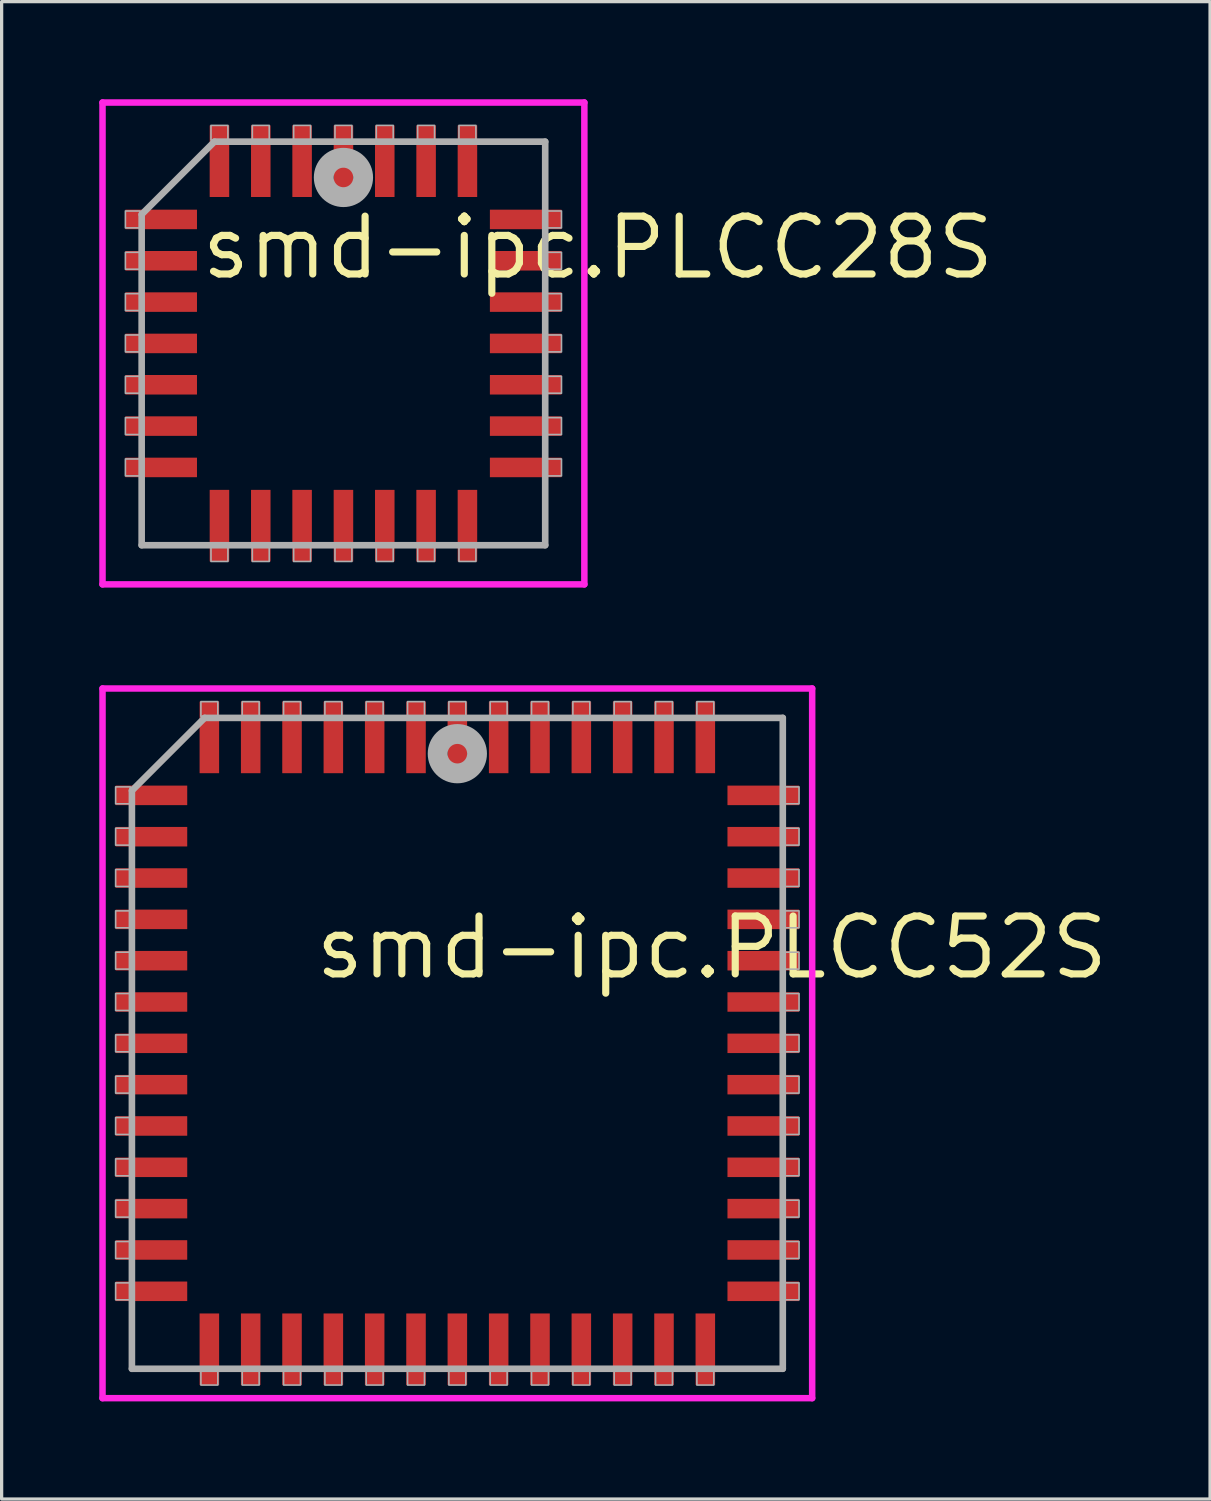
<source format=kicad_pcb>
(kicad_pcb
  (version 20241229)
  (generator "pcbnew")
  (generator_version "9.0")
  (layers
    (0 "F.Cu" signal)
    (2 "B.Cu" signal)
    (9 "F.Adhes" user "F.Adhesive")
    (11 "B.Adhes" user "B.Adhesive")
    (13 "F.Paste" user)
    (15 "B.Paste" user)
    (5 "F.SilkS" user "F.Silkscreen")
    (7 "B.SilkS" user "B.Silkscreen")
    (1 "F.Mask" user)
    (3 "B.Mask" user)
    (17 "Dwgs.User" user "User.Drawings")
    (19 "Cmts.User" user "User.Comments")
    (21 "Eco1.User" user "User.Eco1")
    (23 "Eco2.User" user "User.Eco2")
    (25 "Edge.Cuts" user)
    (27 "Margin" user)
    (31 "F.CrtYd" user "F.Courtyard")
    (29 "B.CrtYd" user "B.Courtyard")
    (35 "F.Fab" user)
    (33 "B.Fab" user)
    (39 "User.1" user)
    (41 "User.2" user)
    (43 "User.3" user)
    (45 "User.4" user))
  (footprint "smd-ipc.PLCC52S"
    (layer "F.Cu")
    (at 11.003 29.009)
    (property "Reference" "smd-ipc.PLCC52S" (at -4.475 -1.905 0) (layer "F.SilkS") (effects (font (size 1.778 1.778) (thickness 0.22)) (justify left bottom)))
    (attr smd)
    (fp_line (start -10.903 -10.903) (end 10.903 -10.903) (stroke (width 0.2) (type default)) (layer "F.CrtYd"))
    (fp_line (start -10.903 10.903) (end -10.903 -10.903) (stroke (width 0.2) (type default)) (layer "F.CrtYd"))
    (fp_line (start 10.903 -10.903) (end 10.903 10.903) (stroke (width 0.2) (type default)) (layer "F.CrtYd"))
    (fp_line (start 10.903 10.903) (end -10.903 10.903) (stroke (width 0.2) (type default)) (layer "F.CrtYd"))
    (fp_line (start -10 -7.765) (end -10 10) (stroke (width 0.203) (type default)) (layer "F.Fab"))
    (fp_line (start -10 10) (end 10 10) (stroke (width 0.203) (type default)) (layer "F.Fab"))
    (fp_line (start -7.765 -10) (end -10 -7.765) (stroke (width 0.203) (type default)) (layer "F.Fab"))
    (fp_line (start 10 -10) (end -7.765 -10) (stroke (width 0.203) (type default)) (layer "F.Fab"))
    (fp_line (start 10 10) (end 10 -10) (stroke (width 0.203) (type default)) (layer "F.Fab"))
    (fp_rect (start -10.5 -7.36) (end -10.05 -7.88) (stroke (width 0.05) (type default)) (fill no) (layer "F.Fab"))
    (fp_rect (start -10.5 -6.09) (end -10.05 -6.61) (stroke (width 0.05) (type default)) (fill no) (layer "F.Fab"))
    (fp_rect (start -10.5 -4.82) (end -10.05 -5.34) (stroke (width 0.05) (type default)) (fill no) (layer "F.Fab"))
    (fp_rect (start -10.5 -3.55) (end -10.05 -4.07) (stroke (width 0.05) (type default)) (fill no) (layer "F.Fab"))
    (fp_rect (start -10.5 -2.28) (end -10.05 -2.8) (stroke (width 0.05) (type default)) (fill no) (layer "F.Fab"))
    (fp_rect (start -10.5 -1.01) (end -10.05 -1.53) (stroke (width 0.05) (type default)) (fill no) (layer "F.Fab"))
    (fp_rect (start -10.5 0.26) (end -10.05 -0.26) (stroke (width 0.05) (type default)) (fill no) (layer "F.Fab"))
    (fp_rect (start -10.5 1.53) (end -10.05 1.01) (stroke (width 0.05) (type default)) (fill no) (layer "F.Fab"))
    (fp_rect (start -10.5 2.8) (end -10.05 2.28) (stroke (width 0.05) (type default)) (fill no) (layer "F.Fab"))
    (fp_rect (start -10.5 4.07) (end -10.05 3.55) (stroke (width 0.05) (type default)) (fill no) (layer "F.Fab"))
    (fp_rect (start -10.5 5.34) (end -10.05 4.82) (stroke (width 0.05) (type default)) (fill no) (layer "F.Fab"))
    (fp_rect (start -10.5 6.61) (end -10.05 6.09) (stroke (width 0.05) (type default)) (fill no) (layer "F.Fab"))
    (fp_rect (start -10.5 7.88) (end -10.05 7.36) (stroke (width 0.05) (type default)) (fill no) (layer "F.Fab"))
    (fp_rect (start -7.88 -10.05) (end -7.36 -10.5) (stroke (width 0.05) (type default)) (fill no) (layer "F.Fab"))
    (fp_rect (start -7.88 10.5) (end -7.36 10.05) (stroke (width 0.05) (type default)) (fill no) (layer "F.Fab"))
    (fp_rect (start -6.61 -10.05) (end -6.09 -10.5) (stroke (width 0.05) (type default)) (fill no) (layer "F.Fab"))
    (fp_rect (start -6.61 10.5) (end -6.09 10.05) (stroke (width 0.05) (type default)) (fill no) (layer "F.Fab"))
    (fp_rect (start -5.34 -10.05) (end -4.82 -10.5) (stroke (width 0.05) (type default)) (fill no) (layer "F.Fab"))
    (fp_rect (start -5.34 10.5) (end -4.82 10.05) (stroke (width 0.05) (type default)) (fill no) (layer "F.Fab"))
    (fp_rect (start -4.07 -10.05) (end -3.55 -10.5) (stroke (width 0.05) (type default)) (fill no) (layer "F.Fab"))
    (fp_rect (start -4.07 10.5) (end -3.55 10.05) (stroke (width 0.05) (type default)) (fill no) (layer "F.Fab"))
    (fp_rect (start -2.8 -10.05) (end -2.28 -10.5) (stroke (width 0.05) (type default)) (fill no) (layer "F.Fab"))
    (fp_rect (start -2.8 10.5) (end -2.28 10.05) (stroke (width 0.05) (type default)) (fill no) (layer "F.Fab"))
    (fp_rect (start -1.53 -10.05) (end -1.01 -10.5) (stroke (width 0.05) (type default)) (fill no) (layer "F.Fab"))
    (fp_rect (start -1.53 10.5) (end -1.01 10.05) (stroke (width 0.05) (type default)) (fill no) (layer "F.Fab"))
    (fp_rect (start -0.26 -10.05) (end 0.26 -10.5) (stroke (width 0.05) (type default)) (fill no) (layer "F.Fab"))
    (fp_rect (start -0.26 10.5) (end 0.26 10.05) (stroke (width 0.05) (type default)) (fill no) (layer "F.Fab"))
    (fp_rect (start 1.01 -10.05) (end 1.53 -10.5) (stroke (width 0.05) (type default)) (fill no) (layer "F.Fab"))
    (fp_rect (start 1.01 10.5) (end 1.53 10.05) (stroke (width 0.05) (type default)) (fill no) (layer "F.Fab"))
    (fp_rect (start 2.28 -10.05) (end 2.8 -10.5) (stroke (width 0.05) (type default)) (fill no) (layer "F.Fab"))
    (fp_rect (start 2.28 10.5) (end 2.8 10.05) (stroke (width 0.05) (type default)) (fill no) (layer "F.Fab"))
    (fp_rect (start 3.55 -10.05) (end 4.07 -10.5) (stroke (width 0.05) (type default)) (fill no) (layer "F.Fab"))
    (fp_rect (start 3.55 10.5) (end 4.07 10.05) (stroke (width 0.05) (type default)) (fill no) (layer "F.Fab"))
    (fp_rect (start 4.82 -10.05) (end 5.34 -10.5) (stroke (width 0.05) (type default)) (fill no) (layer "F.Fab"))
    (fp_rect (start 4.82 10.5) (end 5.34 10.05) (stroke (width 0.05) (type default)) (fill no) (layer "F.Fab"))
    (fp_rect (start 6.09 -10.05) (end 6.61 -10.5) (stroke (width 0.05) (type default)) (fill no) (layer "F.Fab"))
    (fp_rect (start 6.09 10.5) (end 6.61 10.05) (stroke (width 0.05) (type default)) (fill no) (layer "F.Fab"))
    (fp_rect (start 7.36 -10.05) (end 7.88 -10.5) (stroke (width 0.05) (type default)) (fill no) (layer "F.Fab"))
    (fp_rect (start 7.36 10.5) (end 7.88 10.05) (stroke (width 0.05) (type default)) (fill no) (layer "F.Fab"))
    (fp_rect (start 10.05 -7.36) (end 10.5 -7.88) (stroke (width 0.05) (type default)) (fill no) (layer "F.Fab"))
    (fp_rect (start 10.05 -6.09) (end 10.5 -6.61) (stroke (width 0.05) (type default)) (fill no) (layer "F.Fab"))
    (fp_rect (start 10.05 -4.82) (end 10.5 -5.34) (stroke (width 0.05) (type default)) (fill no) (layer "F.Fab"))
    (fp_rect (start 10.05 -3.55) (end 10.5 -4.07) (stroke (width 0.05) (type default)) (fill no) (layer "F.Fab"))
    (fp_rect (start 10.05 -2.28) (end 10.5 -2.8) (stroke (width 0.05) (type default)) (fill no) (layer "F.Fab"))
    (fp_rect (start 10.05 -1.01) (end 10.5 -1.53) (stroke (width 0.05) (type default)) (fill no) (layer "F.Fab"))
    (fp_rect (start 10.05 0.26) (end 10.5 -0.26) (stroke (width 0.05) (type default)) (fill no) (layer "F.Fab"))
    (fp_rect (start 10.05 1.53) (end 10.5 1.01) (stroke (width 0.05) (type default)) (fill no) (layer "F.Fab"))
    (fp_rect (start 10.05 2.8) (end 10.5 2.28) (stroke (width 0.05) (type default)) (fill no) (layer "F.Fab"))
    (fp_rect (start 10.05 4.07) (end 10.5 3.55) (stroke (width 0.05) (type default)) (fill no) (layer "F.Fab"))
    (fp_rect (start 10.05 5.34) (end 10.5 4.82) (stroke (width 0.05) (type default)) (fill no) (layer "F.Fab"))
    (fp_rect (start 10.05 6.61) (end 10.5 6.09) (stroke (width 0.05) (type default)) (fill no) (layer "F.Fab"))
    (fp_rect (start 10.05 7.88) (end 10.5 7.36) (stroke (width 0.05) (type default)) (fill no) (layer "F.Fab"))
    (fp_circle (center 0 -8.9) (end 0.3 -8.9) (stroke (width 0.61) (type default)) (fill no) (layer "F.Fab"))
    (pad "1" smd roundrect (at 0 -9.4) (size 0.6 2.2) (layers "F.Cu" "F.Mask" "F.Paste") (roundrect_rratio 0.01))
    (pad "2" smd roundrect (at -1.27 -9.4) (size 0.6 2.2) (layers "F.Cu" "F.Mask" "F.Paste") (roundrect_rratio 0.01))
    (pad "3" smd roundrect (at -2.54 -9.4) (size 0.6 2.2) (layers "F.Cu" "F.Mask" "F.Paste") (roundrect_rratio 0.01))
    (pad "4" smd roundrect (at -3.81 -9.4) (size 0.6 2.2) (layers "F.Cu" "F.Mask" "F.Paste") (roundrect_rratio 0.01))
    (pad "5" smd roundrect (at -5.08 -9.4) (size 0.6 2.2) (layers "F.Cu" "F.Mask" "F.Paste") (roundrect_rratio 0.01))
    (pad "6" smd roundrect (at -6.35 -9.4) (size 0.6 2.2) (layers "F.Cu" "F.Mask" "F.Paste") (roundrect_rratio 0.01))
    (pad "7" smd roundrect (at -7.62 -9.4) (size 0.6 2.2) (layers "F.Cu" "F.Mask" "F.Paste") (roundrect_rratio 0.01))
    (pad "8" smd roundrect (at -9.4 -7.62) (size 2.2 0.6) (layers "F.Cu" "F.Mask" "F.Paste") (roundrect_rratio 0.01))
    (pad "9" smd roundrect (at -9.4 -6.35) (size 2.2 0.6) (layers "F.Cu" "F.Mask" "F.Paste") (roundrect_rratio 0.01))
    (pad "10" smd roundrect (at -9.4 -5.08) (size 2.2 0.6) (layers "F.Cu" "F.Mask" "F.Paste") (roundrect_rratio 0.01))
    (pad "11" smd roundrect (at -9.4 -3.81) (size 2.2 0.6) (layers "F.Cu" "F.Mask" "F.Paste") (roundrect_rratio 0.01))
    (pad "12" smd roundrect (at -9.4 -2.54) (size 2.2 0.6) (layers "F.Cu" "F.Mask" "F.Paste") (roundrect_rratio 0.01))
    (pad "13" smd roundrect (at -9.4 -1.27) (size 2.2 0.6) (layers "F.Cu" "F.Mask" "F.Paste") (roundrect_rratio 0.01))
    (pad "14" smd roundrect (at -9.4 0) (size 2.2 0.6) (layers "F.Cu" "F.Mask" "F.Paste") (roundrect_rratio 0.01))
    (pad "15" smd roundrect (at -9.4 1.27) (size 2.2 0.6) (layers "F.Cu" "F.Mask" "F.Paste") (roundrect_rratio 0.01))
    (pad "16" smd roundrect (at -9.4 2.54) (size 2.2 0.6) (layers "F.Cu" "F.Mask" "F.Paste") (roundrect_rratio 0.01))
    (pad "17" smd roundrect (at -9.4 3.81) (size 2.2 0.6) (layers "F.Cu" "F.Mask" "F.Paste") (roundrect_rratio 0.01))
    (pad "18" smd roundrect (at -9.4 5.08) (size 2.2 0.6) (layers "F.Cu" "F.Mask" "F.Paste") (roundrect_rratio 0.01))
    (pad "19" smd roundrect (at -9.4 6.35) (size 2.2 0.6) (layers "F.Cu" "F.Mask" "F.Paste") (roundrect_rratio 0.01))
    (pad "20" smd roundrect (at -9.4 7.62) (size 2.2 0.6) (layers "F.Cu" "F.Mask" "F.Paste") (roundrect_rratio 0.01))
    (pad "21" smd roundrect (at -7.62 9.4) (size 0.6 2.2) (layers "F.Cu" "F.Mask" "F.Paste") (roundrect_rratio 0.01))
    (pad "22" smd roundrect (at -6.35 9.4) (size 0.6 2.2) (layers "F.Cu" "F.Mask" "F.Paste") (roundrect_rratio 0.01))
    (pad "23" smd roundrect (at -5.08 9.4) (size 0.6 2.2) (layers "F.Cu" "F.Mask" "F.Paste") (roundrect_rratio 0.01))
    (pad "24" smd roundrect (at -3.81 9.4) (size 0.6 2.2) (layers "F.Cu" "F.Mask" "F.Paste") (roundrect_rratio 0.01))
    (pad "25" smd roundrect (at -2.54 9.4) (size 0.6 2.2) (layers "F.Cu" "F.Mask" "F.Paste") (roundrect_rratio 0.01))
    (pad "26" smd roundrect (at -1.27 9.4) (size 0.6 2.2) (layers "F.Cu" "F.Mask" "F.Paste") (roundrect_rratio 0.01))
    (pad "27" smd roundrect (at 0 9.4) (size 0.6 2.2) (layers "F.Cu" "F.Mask" "F.Paste") (roundrect_rratio 0.01))
    (pad "28" smd roundrect (at 1.27 9.4) (size 0.6 2.2) (layers "F.Cu" "F.Mask" "F.Paste") (roundrect_rratio 0.01))
    (pad "29" smd roundrect (at 2.54 9.4) (size 0.6 2.2) (layers "F.Cu" "F.Mask" "F.Paste") (roundrect_rratio 0.01))
    (pad "30" smd roundrect (at 3.81 9.4) (size 0.6 2.2) (layers "F.Cu" "F.Mask" "F.Paste") (roundrect_rratio 0.01))
    (pad "31" smd roundrect (at 5.08 9.4) (size 0.6 2.2) (layers "F.Cu" "F.Mask" "F.Paste") (roundrect_rratio 0.01))
    (pad "32" smd roundrect (at 6.35 9.4) (size 0.6 2.2) (layers "F.Cu" "F.Mask" "F.Paste") (roundrect_rratio 0.01))
    (pad "33" smd roundrect (at 7.62 9.4) (size 0.6 2.2) (layers "F.Cu" "F.Mask" "F.Paste") (roundrect_rratio 0.01))
    (pad "34" smd roundrect (at 9.4 7.62) (size 2.2 0.6) (layers "F.Cu" "F.Mask" "F.Paste") (roundrect_rratio 0.01))
    (pad "35" smd roundrect (at 9.4 6.35) (size 2.2 0.6) (layers "F.Cu" "F.Mask" "F.Paste") (roundrect_rratio 0.01))
    (pad "36" smd roundrect (at 9.4 5.08) (size 2.2 0.6) (layers "F.Cu" "F.Mask" "F.Paste") (roundrect_rratio 0.01))
    (pad "37" smd roundrect (at 9.4 3.81) (size 2.2 0.6) (layers "F.Cu" "F.Mask" "F.Paste") (roundrect_rratio 0.01))
    (pad "38" smd roundrect (at 9.4 2.54) (size 2.2 0.6) (layers "F.Cu" "F.Mask" "F.Paste") (roundrect_rratio 0.01))
    (pad "39" smd roundrect (at 9.4 1.27) (size 2.2 0.6) (layers "F.Cu" "F.Mask" "F.Paste") (roundrect_rratio 0.01))
    (pad "40" smd roundrect (at 9.4 0) (size 2.2 0.6) (layers "F.Cu" "F.Mask" "F.Paste") (roundrect_rratio 0.01))
    (pad "41" smd roundrect (at 9.4 -1.27) (size 2.2 0.6) (layers "F.Cu" "F.Mask" "F.Paste") (roundrect_rratio 0.01))
    (pad "42" smd roundrect (at 9.4 -2.54) (size 2.2 0.6) (layers "F.Cu" "F.Mask" "F.Paste") (roundrect_rratio 0.01))
    (pad "43" smd roundrect (at 9.4 -3.81) (size 2.2 0.6) (layers "F.Cu" "F.Mask" "F.Paste") (roundrect_rratio 0.01))
    (pad "44" smd roundrect (at 9.4 -5.08) (size 2.2 0.6) (layers "F.Cu" "F.Mask" "F.Paste") (roundrect_rratio 0.01))
    (pad "45" smd roundrect (at 9.4 -6.35) (size 2.2 0.6) (layers "F.Cu" "F.Mask" "F.Paste") (roundrect_rratio 0.01))
    (pad "46" smd roundrect (at 9.4 -7.62) (size 2.2 0.6) (layers "F.Cu" "F.Mask" "F.Paste") (roundrect_rratio 0.01))
    (pad "47" smd roundrect (at 7.62 -9.4) (size 0.6 2.2) (layers "F.Cu" "F.Mask" "F.Paste") (roundrect_rratio 0.01))
    (pad "48" smd roundrect (at 6.35 -9.4) (size 0.6 2.2) (layers "F.Cu" "F.Mask" "F.Paste") (roundrect_rratio 0.01))
    (pad "49" smd roundrect (at 5.08 -9.4) (size 0.6 2.2) (layers "F.Cu" "F.Mask" "F.Paste") (roundrect_rratio 0.01))
    (pad "50" smd roundrect (at 3.81 -9.4) (size 0.6 2.2) (layers "F.Cu" "F.Mask" "F.Paste") (roundrect_rratio 0.01))
    (pad "51" smd roundrect (at 2.54 -9.4) (size 0.6 2.2) (layers "F.Cu" "F.Mask" "F.Paste") (roundrect_rratio 0.01))
    (pad "52" smd roundrect (at 1.27 -9.4) (size 0.6 2.2) (layers "F.Cu" "F.Mask" "F.Paste") (roundrect_rratio 0.01)))
  (footprint "smd-ipc.PLCC28S"
    (layer "F.Cu")
    (at 7.503 7.503)
    (property "Reference" "smd-ipc.PLCC28S" (at -4.475 -1.905 0) (layer "F.SilkS") (effects (font (size 1.778 1.778) (thickness 0.22)) (justify left bottom)))
    (attr smd)
    (fp_line (start -7.403 -7.403) (end 7.403 -7.403) (stroke (width 0.2) (type default)) (layer "F.CrtYd"))
    (fp_line (start -7.403 7.403) (end -7.403 -7.403) (stroke (width 0.2) (type default)) (layer "F.CrtYd"))
    (fp_line (start 7.403 -7.403) (end 7.403 7.403) (stroke (width 0.2) (type default)) (layer "F.CrtYd"))
    (fp_line (start 7.403 7.403) (end -7.403 7.403) (stroke (width 0.2) (type default)) (layer "F.CrtYd"))
    (fp_line (start -6.2 -3.965) (end -6.2 6.2) (stroke (width 0.203) (type default)) (layer "F.Fab"))
    (fp_line (start -6.2 6.2) (end 6.2 6.2) (stroke (width 0.203) (type default)) (layer "F.Fab"))
    (fp_line (start -3.965 -6.2) (end -6.2 -3.965) (stroke (width 0.203) (type default)) (layer "F.Fab"))
    (fp_line (start 6.2 -6.2) (end -3.965 -6.2) (stroke (width 0.203) (type default)) (layer "F.Fab"))
    (fp_line (start 6.2 6.2) (end 6.2 -6.2) (stroke (width 0.203) (type default)) (layer "F.Fab"))
    (fp_rect (start -6.7 -3.55) (end -6.25 -4.07) (stroke (width 0.05) (type default)) (fill no) (layer "F.Fab"))
    (fp_rect (start -6.7 -2.28) (end -6.25 -2.8) (stroke (width 0.05) (type default)) (fill no) (layer "F.Fab"))
    (fp_rect (start -6.7 -1.01) (end -6.25 -1.53) (stroke (width 0.05) (type default)) (fill no) (layer "F.Fab"))
    (fp_rect (start -6.7 0.26) (end -6.25 -0.26) (stroke (width 0.05) (type default)) (fill no) (layer "F.Fab"))
    (fp_rect (start -6.7 1.53) (end -6.25 1.01) (stroke (width 0.05) (type default)) (fill no) (layer "F.Fab"))
    (fp_rect (start -6.7 2.8) (end -6.25 2.28) (stroke (width 0.05) (type default)) (fill no) (layer "F.Fab"))
    (fp_rect (start -6.7 4.07) (end -6.25 3.55) (stroke (width 0.05) (type default)) (fill no) (layer "F.Fab"))
    (fp_rect (start -4.07 -6.25) (end -3.55 -6.7) (stroke (width 0.05) (type default)) (fill no) (layer "F.Fab"))
    (fp_rect (start -4.07 6.7) (end -3.55 6.25) (stroke (width 0.05) (type default)) (fill no) (layer "F.Fab"))
    (fp_rect (start -2.8 -6.25) (end -2.28 -6.7) (stroke (width 0.05) (type default)) (fill no) (layer "F.Fab"))
    (fp_rect (start -2.8 6.7) (end -2.28 6.25) (stroke (width 0.05) (type default)) (fill no) (layer "F.Fab"))
    (fp_rect (start -1.53 -6.25) (end -1.01 -6.7) (stroke (width 0.05) (type default)) (fill no) (layer "F.Fab"))
    (fp_rect (start -1.53 6.7) (end -1.01 6.25) (stroke (width 0.05) (type default)) (fill no) (layer "F.Fab"))
    (fp_rect (start -0.26 -6.25) (end 0.26 -6.7) (stroke (width 0.05) (type default)) (fill no) (layer "F.Fab"))
    (fp_rect (start -0.26 6.7) (end 0.26 6.25) (stroke (width 0.05) (type default)) (fill no) (layer "F.Fab"))
    (fp_rect (start 1.01 -6.25) (end 1.53 -6.7) (stroke (width 0.05) (type default)) (fill no) (layer "F.Fab"))
    (fp_rect (start 1.01 6.7) (end 1.53 6.25) (stroke (width 0.05) (type default)) (fill no) (layer "F.Fab"))
    (fp_rect (start 2.28 -6.25) (end 2.8 -6.7) (stroke (width 0.05) (type default)) (fill no) (layer "F.Fab"))
    (fp_rect (start 2.28 6.7) (end 2.8 6.25) (stroke (width 0.05) (type default)) (fill no) (layer "F.Fab"))
    (fp_rect (start 3.55 -6.25) (end 4.07 -6.7) (stroke (width 0.05) (type default)) (fill no) (layer "F.Fab"))
    (fp_rect (start 3.55 6.7) (end 4.07 6.25) (stroke (width 0.05) (type default)) (fill no) (layer "F.Fab"))
    (fp_rect (start 6.25 -3.55) (end 6.7 -4.07) (stroke (width 0.05) (type default)) (fill no) (layer "F.Fab"))
    (fp_rect (start 6.25 -2.28) (end 6.7 -2.8) (stroke (width 0.05) (type default)) (fill no) (layer "F.Fab"))
    (fp_rect (start 6.25 -1.01) (end 6.7 -1.53) (stroke (width 0.05) (type default)) (fill no) (layer "F.Fab"))
    (fp_rect (start 6.25 0.26) (end 6.7 -0.26) (stroke (width 0.05) (type default)) (fill no) (layer "F.Fab"))
    (fp_rect (start 6.25 1.53) (end 6.7 1.01) (stroke (width 0.05) (type default)) (fill no) (layer "F.Fab"))
    (fp_rect (start 6.25 2.8) (end 6.7 2.28) (stroke (width 0.05) (type default)) (fill no) (layer "F.Fab"))
    (fp_rect (start 6.25 4.07) (end 6.7 3.55) (stroke (width 0.05) (type default)) (fill no) (layer "F.Fab"))
    (fp_circle (center 0 -5.1) (end 0.3 -5.1) (stroke (width 0.61) (type default)) (fill no) (layer "F.Fab"))
    (pad "1" smd roundrect (at 0 -5.6) (size 0.6 2.2) (layers "F.Cu" "F.Mask" "F.Paste") (roundrect_rratio 0.01))
    (pad "2" smd roundrect (at -1.27 -5.6) (size 0.6 2.2) (layers "F.Cu" "F.Mask" "F.Paste") (roundrect_rratio 0.01))
    (pad "3" smd roundrect (at -2.54 -5.6) (size 0.6 2.2) (layers "F.Cu" "F.Mask" "F.Paste") (roundrect_rratio 0.01))
    (pad "4" smd roundrect (at -3.81 -5.6) (size 0.6 2.2) (layers "F.Cu" "F.Mask" "F.Paste") (roundrect_rratio 0.01))
    (pad "5" smd roundrect (at -5.6 -3.81) (size 2.2 0.6) (layers "F.Cu" "F.Mask" "F.Paste") (roundrect_rratio 0.01))
    (pad "6" smd roundrect (at -5.6 -2.54) (size 2.2 0.6) (layers "F.Cu" "F.Mask" "F.Paste") (roundrect_rratio 0.01))
    (pad "7" smd roundrect (at -5.6 -1.27) (size 2.2 0.6) (layers "F.Cu" "F.Mask" "F.Paste") (roundrect_rratio 0.01))
    (pad "8" smd roundrect (at -5.6 0) (size 2.2 0.6) (layers "F.Cu" "F.Mask" "F.Paste") (roundrect_rratio 0.01))
    (pad "9" smd roundrect (at -5.6 1.27) (size 2.2 0.6) (layers "F.Cu" "F.Mask" "F.Paste") (roundrect_rratio 0.01))
    (pad "10" smd roundrect (at -5.6 2.54) (size 2.2 0.6) (layers "F.Cu" "F.Mask" "F.Paste") (roundrect_rratio 0.01))
    (pad "11" smd roundrect (at -5.6 3.81) (size 2.2 0.6) (layers "F.Cu" "F.Mask" "F.Paste") (roundrect_rratio 0.01))
    (pad "12" smd roundrect (at -3.81 5.6) (size 0.6 2.2) (layers "F.Cu" "F.Mask" "F.Paste") (roundrect_rratio 0.01))
    (pad "13" smd roundrect (at -2.54 5.6) (size 0.6 2.2) (layers "F.Cu" "F.Mask" "F.Paste") (roundrect_rratio 0.01))
    (pad "14" smd roundrect (at -1.27 5.6) (size 0.6 2.2) (layers "F.Cu" "F.Mask" "F.Paste") (roundrect_rratio 0.01))
    (pad "15" smd roundrect (at 0 5.6) (size 0.6 2.2) (layers "F.Cu" "F.Mask" "F.Paste") (roundrect_rratio 0.01))
    (pad "16" smd roundrect (at 1.27 5.6) (size 0.6 2.2) (layers "F.Cu" "F.Mask" "F.Paste") (roundrect_rratio 0.01))
    (pad "17" smd roundrect (at 2.54 5.6) (size 0.6 2.2) (layers "F.Cu" "F.Mask" "F.Paste") (roundrect_rratio 0.01))
    (pad "18" smd roundrect (at 3.81 5.6) (size 0.6 2.2) (layers "F.Cu" "F.Mask" "F.Paste") (roundrect_rratio 0.01))
    (pad "19" smd roundrect (at 5.6 3.81) (size 2.2 0.6) (layers "F.Cu" "F.Mask" "F.Paste") (roundrect_rratio 0.01))
    (pad "20" smd roundrect (at 5.6 2.54) (size 2.2 0.6) (layers "F.Cu" "F.Mask" "F.Paste") (roundrect_rratio 0.01))
    (pad "21" smd roundrect (at 5.6 1.27) (size 2.2 0.6) (layers "F.Cu" "F.Mask" "F.Paste") (roundrect_rratio 0.01))
    (pad "22" smd roundrect (at 5.6 0) (size 2.2 0.6) (layers "F.Cu" "F.Mask" "F.Paste") (roundrect_rratio 0.01))
    (pad "23" smd roundrect (at 5.6 -1.27) (size 2.2 0.6) (layers "F.Cu" "F.Mask" "F.Paste") (roundrect_rratio 0.01))
    (pad "24" smd roundrect (at 5.6 -2.54) (size 2.2 0.6) (layers "F.Cu" "F.Mask" "F.Paste") (roundrect_rratio 0.01))
    (pad "25" smd roundrect (at 5.6 -3.81) (size 2.2 0.6) (layers "F.Cu" "F.Mask" "F.Paste") (roundrect_rratio 0.01))
    (pad "26" smd roundrect (at 3.81 -5.6) (size 0.6 2.2) (layers "F.Cu" "F.Mask" "F.Paste") (roundrect_rratio 0.01))
    (pad "27" smd roundrect (at 2.54 -5.6) (size 0.6 2.2) (layers "F.Cu" "F.Mask" "F.Paste") (roundrect_rratio 0.01))
    (pad "28" smd roundrect (at 1.27 -5.6) (size 0.6 2.2) (layers "F.Cu" "F.Mask" "F.Paste") (roundrect_rratio 0.01)))
  (gr_rect
    (start -3 -3)
    (end 34.132 43.012)
    (stroke (width 0.1) (type default))
    (fill no)
    (layer "Edge.Cuts")))
</source>
